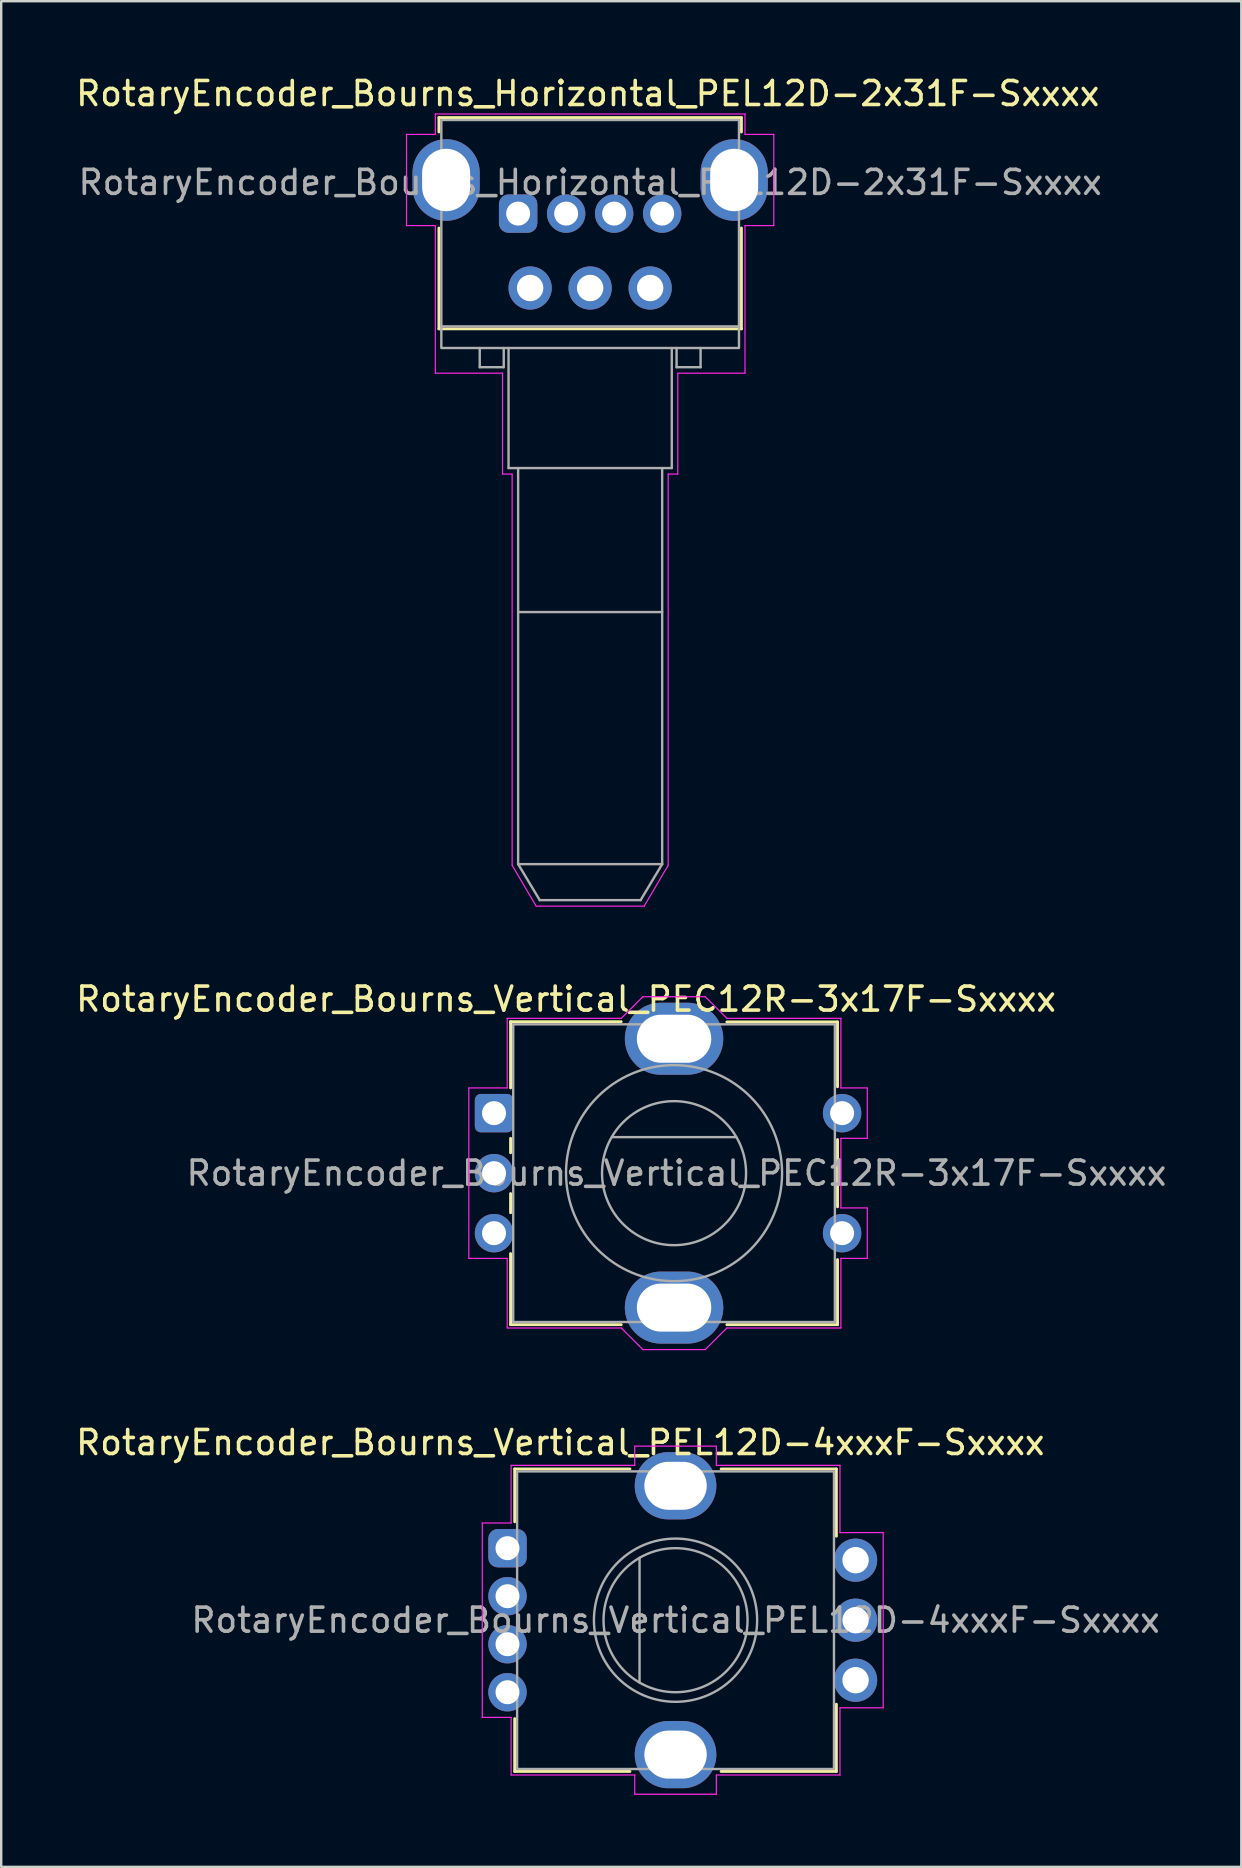
<source format=kicad_pcb>
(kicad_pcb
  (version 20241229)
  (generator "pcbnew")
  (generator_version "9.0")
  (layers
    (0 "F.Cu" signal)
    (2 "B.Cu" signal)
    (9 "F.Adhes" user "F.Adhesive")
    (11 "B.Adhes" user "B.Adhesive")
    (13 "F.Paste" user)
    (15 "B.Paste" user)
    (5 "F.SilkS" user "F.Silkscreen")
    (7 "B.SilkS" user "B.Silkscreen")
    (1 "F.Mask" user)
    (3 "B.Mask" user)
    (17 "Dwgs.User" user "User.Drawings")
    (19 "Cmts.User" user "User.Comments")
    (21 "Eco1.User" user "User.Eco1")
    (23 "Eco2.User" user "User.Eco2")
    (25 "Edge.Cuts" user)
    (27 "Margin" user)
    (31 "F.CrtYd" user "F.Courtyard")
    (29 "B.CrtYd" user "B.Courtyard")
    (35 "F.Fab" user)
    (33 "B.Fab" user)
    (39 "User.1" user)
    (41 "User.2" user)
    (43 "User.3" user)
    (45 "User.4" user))
  (footprint "RotaryEncoder_Bourns_Horizontal_PEL12D-2x31F-Sxxxx"
    (layer "F.Cu")
    (at 18.535 5.848)
    (property "Reference" "RotaryEncoder_Bourns_Horizontal_PEL12D-2x31F-Sxxxx" (at 2.9 -5 0) (layer "F.SilkS") (effects (font (size 1 1) (thickness 0.15))))
    (attr through_hole)
    (fp_line (start -3.3 -4) (end -3.3 -3.4) (stroke (width 0.12) (type default)) (layer "F.SilkS"))
    (fp_line (start -3.3 0.6) (end -3.3 4.8) (stroke (width 0.12) (type default)) (layer "F.SilkS"))
    (fp_line (start -3.3 4.8) (end 9.3 4.8) (stroke (width 0.12) (type default)) (layer "F.SilkS"))
    (fp_line (start 9.3 -4) (end -3.3 -4) (stroke (width 0.12) (type default)) (layer "F.SilkS"))
    (fp_line (start 9.3 -3.4) (end 9.3 -4) (stroke (width 0.12) (type default)) (layer "F.SilkS"))
    (fp_line (start 9.3 4.8) (end 9.3 0.6) (stroke (width 0.12) (type default)) (layer "F.SilkS"))
    (fp_line (start -4.65 -3.3) (end -4.65 0.5) (stroke (width 0.05) (type default)) (layer "F.CrtYd"))
    (fp_line (start -4.65 0.5) (end -3.45 0.5) (stroke (width 0.05) (type default)) (layer "F.CrtYd"))
    (fp_line (start -3.45 -4.15) (end -3.45 -3.3) (stroke (width 0.05) (type default)) (layer "F.CrtYd"))
    (fp_line (start -3.45 -3.3) (end -4.65 -3.3) (stroke (width 0.05) (type default)) (layer "F.CrtYd"))
    (fp_line (start -3.45 0.5) (end -3.45 6.65) (stroke (width 0.05) (type default)) (layer "F.CrtYd"))
    (fp_line (start -0.65 6.65) (end -3.45 6.65) (stroke (width 0.05) (type default)) (layer "F.CrtYd"))
    (fp_line (start -0.65 10.85) (end -0.65 6.65) (stroke (width 0.05) (type default)) (layer "F.CrtYd"))
    (fp_line (start -0.65 10.85) (end -0.25 10.85) (stroke (width 0.05) (type default)) (layer "F.CrtYd"))
    (fp_line (start -0.25 10.85) (end -0.25 27.15) (stroke (width 0.05) (type default)) (layer "F.CrtYd"))
    (fp_line (start -0.25 27.15) (end 0.75 28.85) (stroke (width 0.05) (type default)) (layer "F.CrtYd"))
    (fp_line (start 0.75 28.85) (end 5.25 28.85) (stroke (width 0.05) (type default)) (layer "F.CrtYd"))
    (fp_line (start 6.25 10.85) (end 6.65 10.85) (stroke (width 0.05) (type default)) (layer "F.CrtYd"))
    (fp_line (start 6.25 27.15) (end 5.25 28.85) (stroke (width 0.05) (type default)) (layer "F.CrtYd"))
    (fp_line (start 6.25 27.15) (end 6.25 10.85) (stroke (width 0.05) (type default)) (layer "F.CrtYd"))
    (fp_line (start 6.65 6.65) (end 9.45 6.65) (stroke (width 0.05) (type default)) (layer "F.CrtYd"))
    (fp_line (start 6.65 10.85) (end 6.65 6.65) (stroke (width 0.05) (type default)) (layer "F.CrtYd"))
    (fp_line (start 9.45 -4.15) (end -3.45 -4.15) (stroke (width 0.05) (type default)) (layer "F.CrtYd"))
    (fp_line (start 9.45 -3.3) (end 9.45 -4.15) (stroke (width 0.05) (type default)) (layer "F.CrtYd"))
    (fp_line (start 9.45 0.5) (end 10.65 0.5) (stroke (width 0.05) (type default)) (layer "F.CrtYd"))
    (fp_line (start 9.45 6.65) (end 9.45 0.5) (stroke (width 0.05) (type default)) (layer "F.CrtYd"))
    (fp_line (start 10.65 -3.3) (end 9.45 -3.3) (stroke (width 0.05) (type default)) (layer "F.CrtYd"))
    (fp_line (start 10.65 0.5) (end 10.65 -3.3) (stroke (width 0.05) (type default)) (layer "F.CrtYd"))
    (fp_line (start -1.6 5.6) (end -1.6 6.4) (stroke (width 0.1) (type default)) (layer "F.Fab"))
    (fp_line (start -1.6 6.4) (end -0.6 6.4) (stroke (width 0.1) (type default)) (layer "F.Fab"))
    (fp_line (start -0.6 6.4) (end -0.6 5.6) (stroke (width 0.1) (type default)) (layer "F.Fab"))
    (fp_line (start -0.4 10.6) (end -0.4 5.6) (stroke (width 0.1) (type default)) (layer "F.Fab"))
    (fp_line (start 0 27.1) (end 0 10.6) (stroke (width 0.1) (type default)) (layer "F.Fab"))
    (fp_line (start 0 27.1) (end 0.9 28.6) (stroke (width 0.1) (type default)) (layer "F.Fab"))
    (fp_line (start 0.9 28.6) (end 5.1 28.6) (stroke (width 0.1) (type default)) (layer "F.Fab"))
    (fp_line (start 6 10.6) (end 6 27.1) (stroke (width 0.1) (type default)) (layer "F.Fab"))
    (fp_line (start 6 16.6) (end 0 16.6) (stroke (width 0.1) (type default)) (layer "F.Fab"))
    (fp_line (start 6 27.1) (end 0 27.1) (stroke (width 0.1) (type default)) (layer "F.Fab"))
    (fp_line (start 6 27.1) (end 5.1 28.6) (stroke (width 0.1) (type default)) (layer "F.Fab"))
    (fp_line (start 6.4 5.6) (end 6.4 10.6) (stroke (width 0.1) (type default)) (layer "F.Fab"))
    (fp_line (start 6.4 10.6) (end -0.4 10.6) (stroke (width 0.1) (type default)) (layer "F.Fab"))
    (fp_line (start 6.6 6.4) (end 6.6 5.6) (stroke (width 0.1) (type default)) (layer "F.Fab"))
    (fp_line (start 7.6 5.6) (end 7.6 6.4) (stroke (width 0.1) (type default)) (layer "F.Fab"))
    (fp_line (start 7.6 6.4) (end 6.6 6.4) (stroke (width 0.1) (type default)) (layer "F.Fab"))
    (fp_line (start 9.2 4.7) (end -3.2 4.7) (stroke (width 0.1) (type default)) (layer "F.Fab"))
    (fp_rect (start -3.2 -3.9) (end 9.2 5.6) (stroke (width 0.1) (type default)) (fill no) (layer "F.Fab"))
    (fp_text user "${REFERENCE}" (at 3 -1.3 0) (layer "F.Fab") (effects (font (size 1 1) (thickness 0.15))))
    (pad "1" thru_hole roundrect (at 0 0 270) (size 1.6 1.6) (drill 1) (layers "*.Cu" "*.Mask") (roundrect_rratio 0.25))
    (pad "2" thru_hole circle (at 2 0 270) (size 1.6 1.6) (drill 1) (layers "*.Cu" "*.Mask"))
    (pad "3" thru_hole circle (at 4 0 270) (size 1.6 1.6) (drill 1) (layers "*.Cu" "*.Mask"))
    (pad "4" thru_hole circle (at 6 0 270) (size 1.6 1.6) (drill 1) (layers "*.Cu" "*.Mask"))
    (pad "A" thru_hole circle (at 0.5 3.1 270) (size 1.8 1.8) (drill 1.1) (layers "*.Cu" "*.Mask"))
    (pad "B" thru_hole circle (at 3 3.1 270) (size 1.8 1.8) (drill 1.1) (layers "*.Cu" "*.Mask"))
    (pad "C" thru_hole circle (at 5.5 3.1 270) (size 1.8 1.8) (drill 1.1) (layers "*.Cu" "*.Mask"))
    (pad "SH" thru_hole oval (at -3 -1.4 270) (size 3.4 2.8) (drill oval 2.6 2) (layers "*.Cu" "*.Mask"))
    (pad "SH" thru_hole oval (at 9 -1.4 270) (size 3.4 2.8) (drill oval 2.6 2) (layers "*.Cu" "*.Mask"))
    (zone (net_name "") (layer "F.Cu") (hatch edge 0.5) (connect_pads) (min_thickness 0.25) (filled_areas_thickness no) (keepout (tracks not_allowed) (vias not_allowed) (pads not_allowed) (copperpour allowed) (footprints allowed)) (placement (enabled no)) (fill) (polygon (pts (xy 15.835 2.648) (xy 15.835 1.748) (xy 15.135 1.748) (xy 15.135 2.648))))
    (zone (net_name "") (layer "F.Cu") (hatch edge 0.5) (connect_pads) (min_thickness 0.25) (filled_areas_thickness no) (keepout (tracks not_allowed) (vias not_allowed) (pads not_allowed) (copperpour allowed) (footprints allowed)) (placement (enabled no)) (fill) (polygon (pts (xy 27.935 2.648) (xy 27.935 1.748) (xy 27.235 1.748) (xy 27.235 2.648))))
    (zone (net_name "") (layers "F.Cu" "F.Fab") (hatch edge 0.5) (connect_pads) (min_thickness 0.25) (filled_areas_thickness no) (keepout (tracks not_allowed) (vias not_allowed) (pads not_allowed) (copperpour allowed) (footprints allowed)) (placement (enabled no)) (fill) (polygon (pts (xy 15.835 10.748) (xy 15.835 9.448) (xy 15.085 9.448) (xy 15.085 10.748))))
    (zone (net_name "") (layers "F.Cu" "F.Fab") (hatch edge 0.5) (connect_pads) (min_thickness 0.25) (filled_areas_thickness no) (keepout (tracks not_allowed) (vias not_allowed) (pads not_allowed) (copperpour allowed) (footprints allowed)) (placement (enabled no)) (fill) (polygon (pts (xy 27.985 10.748) (xy 27.985 9.448) (xy 27.235 9.448) (xy 27.235 10.748)))))
  (footprint "RotaryEncoder_Bourns_Vertical_PEL12D-4xxxF-Sxxxx"
    (layer "F.Cu")
    (at 18.092 61.445)
    (property "Reference" "RotaryEncoder_Bourns_Vertical_PEL12D-4xxxF-Sxxxx" (at 2.2 -4.4 180) (layer "F.SilkS") (effects (font (size 1 1) (thickness 0.15))))
    (attr through_hole)
    (fp_line (start 0.3 -3.3) (end 0.3 -1.1) (stroke (width 0.12) (type default)) (layer "F.SilkS"))
    (fp_line (start 0.3 7.1) (end 0.3 9.3) (stroke (width 0.12) (type default)) (layer "F.SilkS"))
    (fp_line (start 0.3 9.3) (end 5.1 9.3) (stroke (width 0.12) (type default)) (layer "F.SilkS"))
    (fp_line (start 5.1 -3.3) (end 0.3 -3.3) (stroke (width 0.12) (type default)) (layer "F.SilkS"))
    (fp_line (start 8.9 -3.3) (end 13.7 -3.3) (stroke (width 0.12) (type default)) (layer "F.SilkS"))
    (fp_line (start 13.7 -3.3) (end 13.7 -0.5) (stroke (width 0.12) (type default)) (layer "F.SilkS"))
    (fp_line (start 13.7 6.5) (end 13.7 9.3) (stroke (width 0.12) (type default)) (layer "F.SilkS"))
    (fp_line (start 13.7 9.3) (end 8.9 9.3) (stroke (width 0.12) (type default)) (layer "F.SilkS"))
    (fp_line (start -1.05 -1.05) (end -1.05 7.05) (stroke (width 0.05) (type default)) (layer "F.CrtYd"))
    (fp_line (start -1.05 7.05) (end 0.15 7.05) (stroke (width 0.05) (type default)) (layer "F.CrtYd"))
    (fp_line (start 0.15 -3.45) (end 0.15 -1.05) (stroke (width 0.05) (type default)) (layer "F.CrtYd"))
    (fp_line (start 0.15 -1.05) (end -1.05 -1.05) (stroke (width 0.05) (type default)) (layer "F.CrtYd"))
    (fp_line (start 0.15 7.05) (end 0.15 9.45) (stroke (width 0.05) (type default)) (layer "F.CrtYd"))
    (fp_line (start 0.15 9.45) (end 5.3 9.45) (stroke (width 0.05) (type default)) (layer "F.CrtYd"))
    (fp_line (start 5.3 -4.25) (end 5.3 -3.45) (stroke (width 0.05) (type default)) (layer "F.CrtYd"))
    (fp_line (start 5.3 -3.45) (end 0.15 -3.45) (stroke (width 0.05) (type default)) (layer "F.CrtYd"))
    (fp_line (start 5.3 9.45) (end 5.3 10.25) (stroke (width 0.05) (type default)) (layer "F.CrtYd"))
    (fp_line (start 5.3 10.25) (end 8.7 10.25) (stroke (width 0.05) (type default)) (layer "F.CrtYd"))
    (fp_line (start 8.7 -4.25) (end 5.3 -4.25) (stroke (width 0.05) (type default)) (layer "F.CrtYd"))
    (fp_line (start 8.7 -3.45) (end 8.7 -4.25) (stroke (width 0.05) (type default)) (layer "F.CrtYd"))
    (fp_line (start 8.7 9.45) (end 13.85 9.45) (stroke (width 0.05) (type default)) (layer "F.CrtYd"))
    (fp_line (start 8.7 10.25) (end 8.7 9.45) (stroke (width 0.05) (type default)) (layer "F.CrtYd"))
    (fp_line (start 13.85 -3.45) (end 8.7 -3.45) (stroke (width 0.05) (type default)) (layer "F.CrtYd"))
    (fp_line (start 13.85 -0.65) (end 13.85 -3.45) (stroke (width 0.05) (type default)) (layer "F.CrtYd"))
    (fp_line (start 13.85 6.65) (end 15.65 6.65) (stroke (width 0.05) (type default)) (layer "F.CrtYd"))
    (fp_line (start 13.85 9.45) (end 13.85 6.65) (stroke (width 0.05) (type default)) (layer "F.CrtYd"))
    (fp_line (start 15.65 -0.65) (end 13.85 -0.65) (stroke (width 0.05) (type default)) (layer "F.CrtYd"))
    (fp_line (start 15.65 6.65) (end 15.65 -0.65) (stroke (width 0.05) (type default)) (layer "F.CrtYd"))
    (fp_line (start 5.5 5.6) (end 5.5 0.4) (stroke (width 0.1) (type default)) (layer "F.Fab"))
    (fp_rect (start 0.4 -3.2) (end 13.6 9.2) (stroke (width 0.1) (type default)) (fill no) (layer "F.Fab"))
    (fp_circle (center 7 3) (end 7 -0.4) (stroke (width 0.1) (type solid)) (fill no) (layer "F.Fab"))
    (fp_circle (center 7 3) (end 7 0) (stroke (width 0.1) (type default)) (fill no) (layer "F.Fab"))
    (fp_text user "${REFERENCE}" (at 7 3 180) (layer "F.Fab") (effects (font (size 1 1) (thickness 0.15))))
    (pad "1" thru_hole roundrect (at 0 0 90) (size 1.6 1.6) (drill 1) (layers "*.Cu" "*.Mask") (roundrect_rratio 0.25))
    (pad "2" thru_hole circle (at 0 2 90) (size 1.6 1.6) (drill 1) (layers "*.Cu" "*.Mask"))
    (pad "3" thru_hole circle (at 0 4 90) (size 1.6 1.6) (drill 1) (layers "*.Cu" "*.Mask"))
    (pad "4" thru_hole circle (at 0 6 90) (size 1.6 1.6) (drill 1) (layers "*.Cu" "*.Mask"))
    (pad "A" thru_hole circle (at 14.5 5.5 90) (size 1.8 1.8) (drill 1.1) (layers "*.Cu" "*.Mask"))
    (pad "B" thru_hole circle (at 14.5 3 90) (size 1.8 1.8) (drill 1.1) (layers "*.Cu" "*.Mask"))
    (pad "C" thru_hole circle (at 14.5 0.5 90) (size 1.8 1.8) (drill 1.1) (layers "*.Cu" "*.Mask"))
    (pad "SH" thru_hole oval (at 7 -2.6 90) (size 2.8 3.4) (drill oval 2 2.6) (layers "*.Cu" "*.Mask"))
    (pad "SH" thru_hole oval (at 7 8.6 180) (size 3.4 2.8) (drill oval 2.6 2) (layers "*.Cu" "*.Mask")))
  (footprint "RotaryEncoder_Bourns_Vertical_PEC12R-3x17F-Sxxxx"
    (layer "F.Cu")
    (at 17.53 43.322)
    (property "Reference" "RotaryEncoder_Bourns_Vertical_PEC12R-3x17F-Sxxxx" (at 3 -4.75 180) (layer "F.SilkS") (effects (font (size 1 1) (thickness 0.15))))
    (attr through_hole)
    (fp_line (start 0.69 -3.81) (end 5.3 -3.81) (stroke (width 0.12) (type solid)) (layer "F.SilkS"))
    (fp_line (start 0.69 -1.05) (end 0.69 -3.81) (stroke (width 0.12) (type solid)) (layer "F.SilkS"))
    (fp_line (start 0.69 1.05) (end 0.69 1.65) (stroke (width 0.12) (type solid)) (layer "F.SilkS"))
    (fp_line (start 0.69 3.35) (end 0.69 4.15) (stroke (width 0.12) (type solid)) (layer "F.SilkS"))
    (fp_line (start 0.69 5.85) (end 0.69 8.81) (stroke (width 0.12) (type solid)) (layer "F.SilkS"))
    (fp_line (start 5.3 8.81) (end 0.69 8.81) (stroke (width 0.12) (type solid)) (layer "F.SilkS"))
    (fp_line (start 9.7 -3.8) (end 14.31 -3.8) (stroke (width 0.12) (type solid)) (layer "F.SilkS"))
    (fp_line (start 14.31 -3.8) (end 14.31 -1.1) (stroke (width 0.12) (type solid)) (layer "F.SilkS"))
    (fp_line (start 14.31 1.1) (end 14.31 3.9) (stroke (width 0.12) (type solid)) (layer "F.SilkS"))
    (fp_line (start 14.31 6.1) (end 14.31 8.81) (stroke (width 0.12) (type solid)) (layer "F.SilkS"))
    (fp_line (start 14.31 8.81) (end 9.7 8.81) (stroke (width 0.12) (type solid)) (layer "F.SilkS"))
    (fp_line (start -1.05 -1.05) (end 0.55 -1.05) (stroke (width 0.05) (type solid)) (layer "F.CrtYd"))
    (fp_line (start -1.05 6.05) (end -1.05 -1.05) (stroke (width 0.05) (type solid)) (layer "F.CrtYd"))
    (fp_line (start 0.55 -3.95) (end 5.3 -3.95) (stroke (width 0.05) (type solid)) (layer "F.CrtYd"))
    (fp_line (start 0.55 -1.05) (end 0.55 -3.95) (stroke (width 0.05) (type solid)) (layer "F.CrtYd"))
    (fp_line (start 0.55 6.05) (end -1.05 6.05) (stroke (width 0.05) (type solid)) (layer "F.CrtYd"))
    (fp_line (start 0.55 8.95) (end 0.55 6.05) (stroke (width 0.05) (type solid)) (layer "F.CrtYd"))
    (fp_line (start 5.3 -3.95) (end 6.2 -4.85) (stroke (width 0.05) (type solid)) (layer "F.CrtYd"))
    (fp_line (start 5.3 8.95) (end 0.55 8.95) (stroke (width 0.05) (type solid)) (layer "F.CrtYd"))
    (fp_line (start 5.3 8.95) (end 6.2 9.85) (stroke (width 0.05) (type solid)) (layer "F.CrtYd"))
    (fp_line (start 6.2 -4.85) (end 8.8 -4.85) (stroke (width 0.05) (type solid)) (layer "F.CrtYd"))
    (fp_line (start 8.8 9.85) (end 6.2 9.85) (stroke (width 0.05) (type solid)) (layer "F.CrtYd"))
    (fp_line (start 9.7 -3.95) (end 8.8 -4.85) (stroke (width 0.05) (type solid)) (layer "F.CrtYd"))
    (fp_line (start 9.7 -3.95) (end 14.45 -3.95) (stroke (width 0.05) (type solid)) (layer "F.CrtYd"))
    (fp_line (start 9.7 8.95) (end 8.8 9.85) (stroke (width 0.05) (type solid)) (layer "F.CrtYd"))
    (fp_line (start 14.45 -3.95) (end 14.45 -1.05) (stroke (width 0.05) (type solid)) (layer "F.CrtYd"))
    (fp_line (start 14.45 -1.05) (end 15.55 -1.05) (stroke (width 0.05) (type default)) (layer "F.CrtYd"))
    (fp_line (start 14.45 1.05) (end 14.45 3.95) (stroke (width 0.05) (type solid)) (layer "F.CrtYd"))
    (fp_line (start 14.45 3.95) (end 15.55 3.95) (stroke (width 0.05) (type default)) (layer "F.CrtYd"))
    (fp_line (start 14.45 6.05) (end 14.45 8.95) (stroke (width 0.05) (type solid)) (layer "F.CrtYd"))
    (fp_line (start 14.45 8.95) (end 9.7 8.95) (stroke (width 0.05) (type solid)) (layer "F.CrtYd"))
    (fp_line (start 15.55 -1.05) (end 15.55 1.05) (stroke (width 0.05) (type default)) (layer "F.CrtYd"))
    (fp_line (start 15.55 1.05) (end 14.45 1.05) (stroke (width 0.05) (type default)) (layer "F.CrtYd"))
    (fp_line (start 15.55 3.95) (end 15.55 6.05) (stroke (width 0.05) (type default)) (layer "F.CrtYd"))
    (fp_line (start 15.55 6.05) (end 14.45 6.05) (stroke (width 0.05) (type default)) (layer "F.CrtYd"))
    (fp_line (start 0.8 -3.7) (end 0.8 8.7) (stroke (width 0.1) (type solid)) (layer "F.Fab"))
    (fp_line (start 0.8 8.7) (end 14.2 8.7) (stroke (width 0.1) (type solid)) (layer "F.Fab"))
    (fp_line (start 4.91 1) (end 10.09 1) (stroke (width 0.1) (type default)) (layer "F.Fab"))
    (fp_line (start 14.2 -3.7) (end 0.8 -3.7) (stroke (width 0.1) (type solid)) (layer "F.Fab"))
    (fp_line (start 14.2 8.7) (end 14.2 -3.7) (stroke (width 0.1) (type solid)) (layer "F.Fab"))
    (fp_circle (center 7.5 2.5) (end 10.5 2.5) (stroke (width 0.1) (type solid)) (fill no) (layer "F.Fab"))
    (fp_circle (center 7.5 2.5) (end 12 2.5) (stroke (width 0.1) (type default)) (fill no) (layer "F.Fab"))
    (fp_text user "${REFERENCE}" (at 7.6 2.5 180) (layer "F.Fab") (effects (font (size 1 1) (thickness 0.15))))
    (pad "A" thru_hole roundrect (at 0 0) (size 1.6 1.6) (drill 1) (layers "*.Cu" "*.Mask") (roundrect_rratio 0.156))
    (pad "B" thru_hole circle (at 0 5) (size 1.6 1.6) (drill 1) (layers "*.Cu" "*.Mask"))
    (pad "C" thru_hole circle (at 0 2.5) (size 1.6 1.6) (drill 1) (layers "*.Cu" "*.Mask"))
    (pad "S1" thru_hole circle (at 14.5 0) (size 1.6 1.6) (drill 1) (layers "*.Cu" "*.Mask"))
    (pad "S2" thru_hole circle (at 14.5 5) (size 1.6 1.6) (drill 1) (layers "*.Cu" "*.Mask"))
    (pad "SH" thru_hole oval (at 7.5 -3.1) (size 4.1 3) (drill oval 3.1 2) (layers "*.Cu" "*.Mask"))
    (pad "SH" thru_hole oval (at 7.5 8.1) (size 4.1 3) (drill oval 3.1 2) (layers "*.Cu" "*.Mask")))
  (gr_rect
    (start -3 -3)
    (end 48.66 74.72)
    (stroke (width 0.1) (type default))
    (fill no)
    (layer "Edge.Cuts")))
</source>
